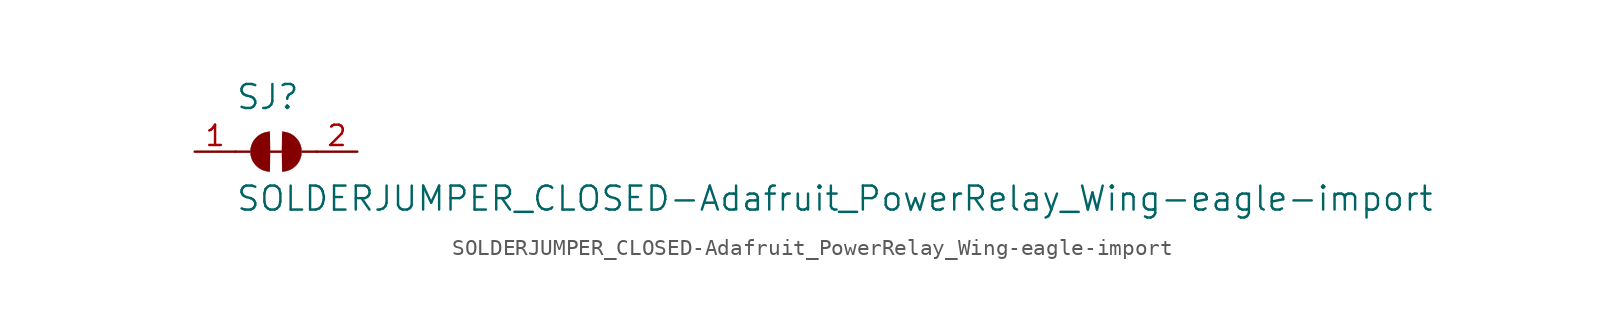
<source format=kicad_sym>
(kicad_symbol_lib
  (version 20220914)
  (generator kicad_symbol_editor)
  (symbol "SOLDERJUMPER_CLOSED-Adafruit_PowerRelay_Wing-eagle-import"
    (pin_names
      (offset 1.016))
    (property "Reference" "SJ"
      (at -2.54 2.54 0)
      (effects (font (size 1.499 1.499)) (justify left bottom)))
    (property "Value" "SOLDERJUMPER_CLOSED-Adafruit_PowerRelay_Wing-eagle-import"
      (at -2.54 -3.81 0)
      (effects (font (size 1.499 1.499)) (justify left bottom)))
    (property "ki_locked" ""
      (at 0 0 0)
      (effects (font (size 1.27 1.27))))
    (symbol "SOLDERJUMPER_CLOSED-Adafruit_PowerRelay_Wing-eagle-import_1_0"
      (arc (start -0.381 1.2446) (mid -1.6005 0) (end -0.381 -1.2446) (stroke (width 0.0254) (type solid)) (fill (type outline)))
      (polyline (pts (xy -2.54 0) (xy -1.651 0)) (stroke (width 0) (type solid)) (fill (type none)))
      (polyline (pts (xy -0.635 0) (xy 0.635 0)) (stroke (width 0) (type solid)) (fill (type none)))
      (polyline (pts (xy 2.54 0) (xy 1.651 0)) (stroke (width 0) (type solid)) (fill (type none)))
      (arc (start 0.381 -1.2446) (mid 1.6005 0) (end 0.381 1.2446) (stroke (width 0.0254) (type solid)) (fill (type outline)))
      (pin passive line (at -5.08 0 0) (length 2.54) (name "1" (effects (font (size 0 0)))) (number "1" (effects (font (size 1.27 1.27)))))
      (pin passive line (at 5.08 0 180) (length 2.54) (name "2" (effects (font (size 0 0)))) (number "2" (effects (font (size 1.27 1.27))))))))
</source>
